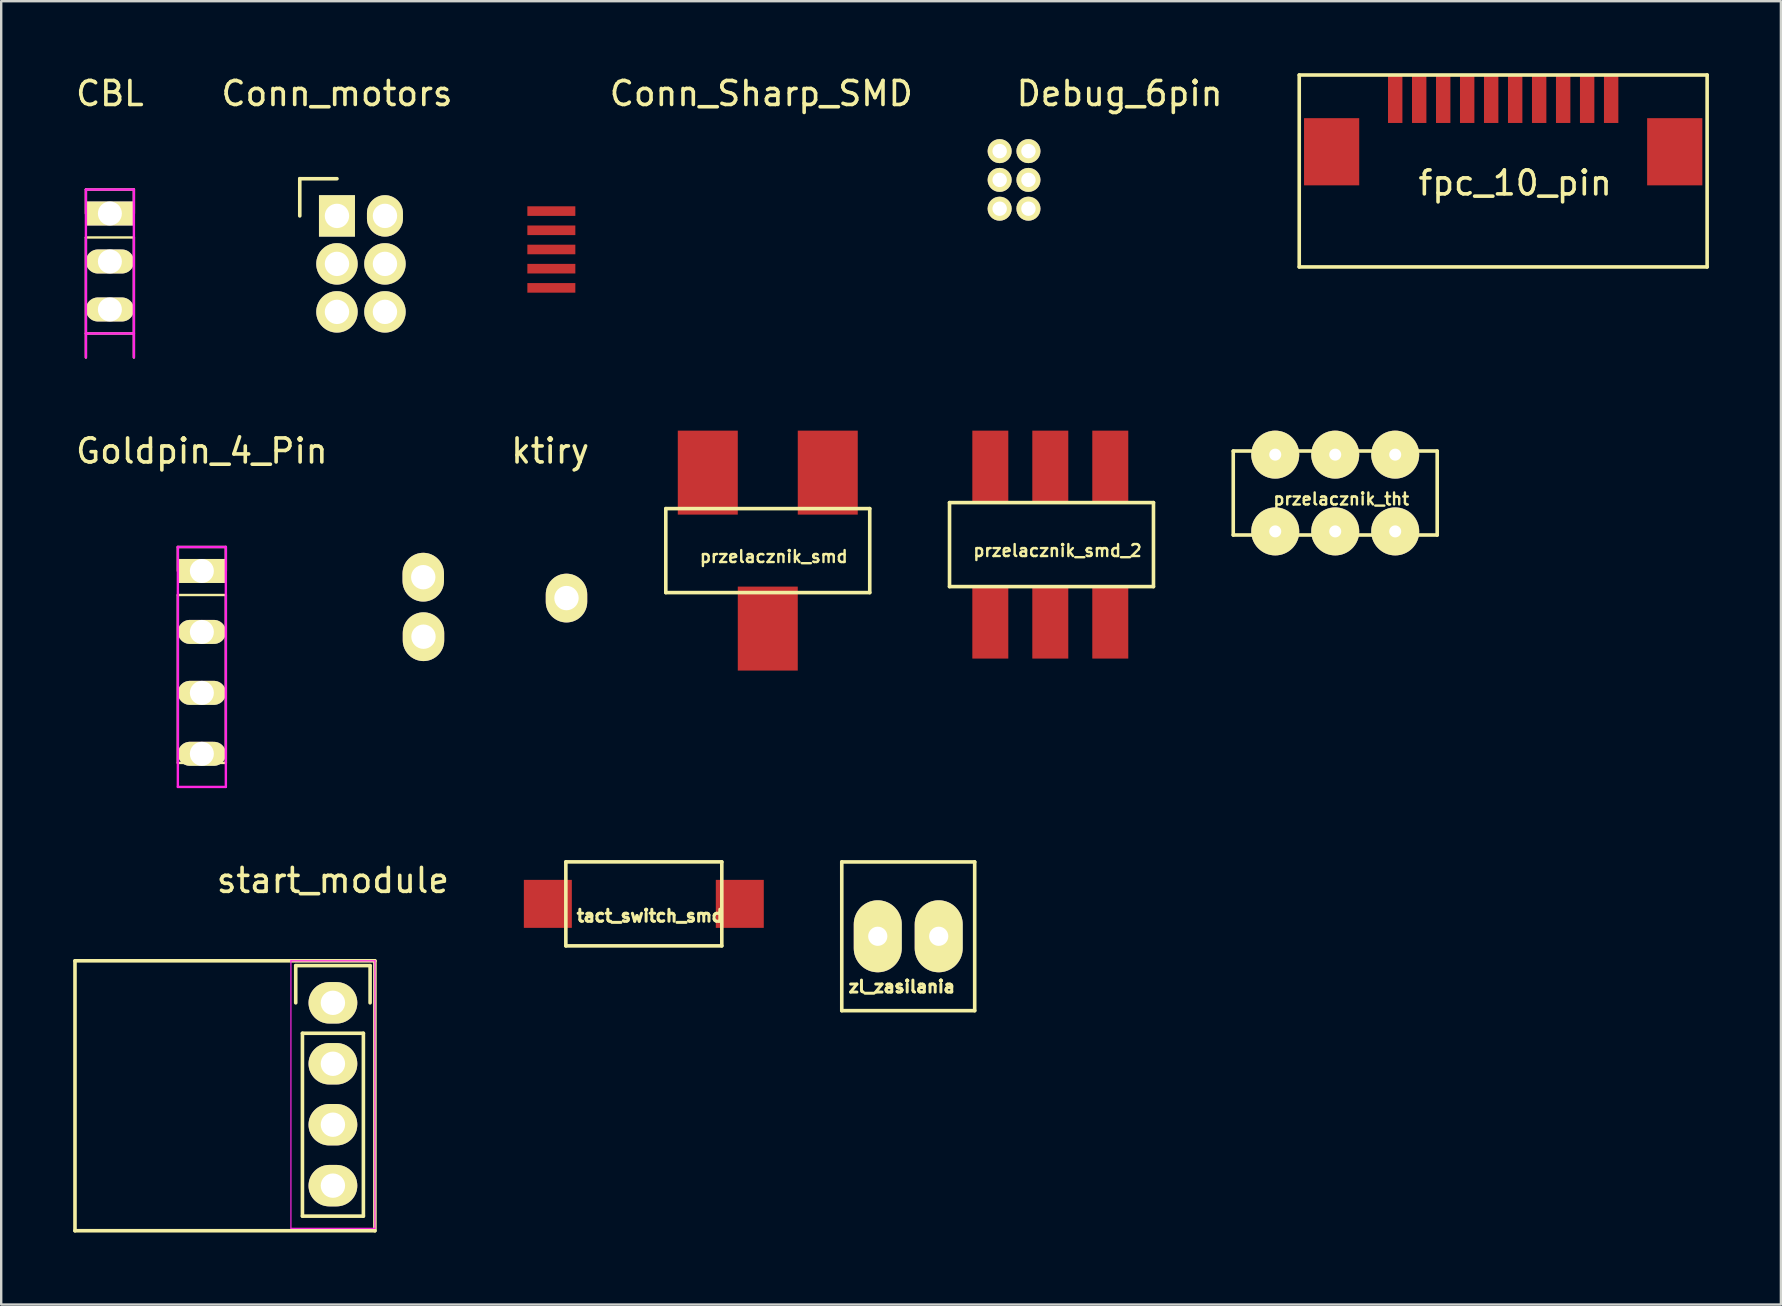
<source format=kicad_pcb>
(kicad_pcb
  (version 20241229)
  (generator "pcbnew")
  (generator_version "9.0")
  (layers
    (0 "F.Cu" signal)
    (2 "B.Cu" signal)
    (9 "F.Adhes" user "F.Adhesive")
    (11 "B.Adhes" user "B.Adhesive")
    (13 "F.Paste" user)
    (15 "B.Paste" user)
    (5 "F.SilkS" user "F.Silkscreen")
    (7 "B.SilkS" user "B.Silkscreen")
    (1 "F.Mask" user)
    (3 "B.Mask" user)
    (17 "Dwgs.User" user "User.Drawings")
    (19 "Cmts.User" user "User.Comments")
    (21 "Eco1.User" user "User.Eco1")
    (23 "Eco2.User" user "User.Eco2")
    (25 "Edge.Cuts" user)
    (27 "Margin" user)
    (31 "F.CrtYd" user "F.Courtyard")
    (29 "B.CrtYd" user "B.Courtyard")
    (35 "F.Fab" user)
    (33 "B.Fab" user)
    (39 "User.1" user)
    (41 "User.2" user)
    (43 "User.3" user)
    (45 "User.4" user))
  (footprint "tact_switch_smd"
    (layer "F.Cu")
    (at 19.783 34.621)
    (property "Reference" "tact_switch_smd" (at 4.25 0.5 0) (layer "F.SilkS") (effects (font (size 0.5 0.5) (thickness 0.125))))
    (attr through_hole)
    (fp_line (start 0.75 -1.75) (end 7.25 -1.75) (stroke (width 0.15) (type solid)) (layer "F.SilkS"))
    (fp_line (start 0.75 1.75) (end 0.75 -1.75) (stroke (width 0.15) (type solid)) (layer "F.SilkS"))
    (fp_line (start 7.25 -1.75) (end 7.25 1.75) (stroke (width 0.15) (type solid)) (layer "F.SilkS"))
    (fp_line (start 7.25 1.75) (end 0.75 1.75) (stroke (width 0.15) (type solid)) (layer "F.SilkS"))
    (pad "1" smd rect (at 0 0) (size 2 2) (layers "F.Cu" "F.Mask" "F.Paste"))
    (pad "2" smd rect (at 8 0) (size 2 2) (layers "F.Cu" "F.Mask" "F.Paste")))
  (footprint "CBL"
    (layer "F.Cu")
    (at 1.53 5.848)
    (property "Reference" "CBL" (at 0 -5 0) (layer "F.SilkS") (effects (font (size 1 1) (thickness 0.15))))
    (attr through_hole)
    (fp_line (start -1 -1) (end 1 -1) (stroke (width 0.1) (type solid)) (layer "F.SilkS"))
    (fp_line (start -1 0) (end -1 -1) (stroke (width 0.1) (type solid)) (layer "F.SilkS"))
    (fp_line (start -1 1) (end -1 6) (stroke (width 0.1) (type solid)) (layer "F.SilkS"))
    (fp_line (start -1 5) (end 1 5) (stroke (width 0.1) (type solid)) (layer "F.SilkS"))
    (fp_line (start 1 -1) (end 1 0) (stroke (width 0.1) (type solid)) (layer "F.SilkS"))
    (fp_line (start 1 1) (end -1 1) (stroke (width 0.1) (type solid)) (layer "F.SilkS"))
    (fp_line (start 1 6) (end 1 1) (stroke (width 0.1) (type solid)) (layer "F.SilkS"))
    (fp_line (start -1 -1) (end -1 6) (stroke (width 0.1) (type solid)) (layer "F.CrtYd"))
    (fp_line (start -1 -1) (end 1 -1) (stroke (width 0.1) (type solid)) (layer "F.CrtYd"))
    (fp_line (start -1 5) (end 1 5) (stroke (width 0.1) (type solid)) (layer "F.CrtYd"))
    (fp_line (start 1 -1) (end 1 6) (stroke (width 0.1) (type solid)) (layer "F.CrtYd"))
    (pad "1" thru_hole rect (at 0 0) (size 2 1) (drill 1) (layers "*.Cu" "*.Mask" "F.SilkS"))
    (pad "2" thru_hole oval (at 0 2) (size 2 1) (drill 1) (layers "*.Cu" "*.Mask" "F.SilkS"))
    (pad "3" thru_hole oval (at 0 4) (size 2 1) (drill 1) (layers "*.Cu" "*.Mask" "F.SilkS")))
  (footprint "Debug_6pin"
    (layer "F.Cu")
    (at 38.613 3.248)
    (property "Reference" "Debug_6pin" (at 5 -2.4 0) (layer "F.SilkS") (effects (font (size 1 1) (thickness 0.15))))
    (attr through_hole)
    (pad "1" thru_hole circle (at 0 0) (size 1 1) (drill 0.6) (layers "*.Cu" "*.Mask" "F.SilkS"))
    (pad "2" thru_hole circle (at 0 1.2) (size 1 1) (drill 0.6) (layers "*.Cu" "*.Mask" "F.SilkS"))
    (pad "3" thru_hole circle (at 0 2.4) (size 1 1) (drill 0.6) (layers "*.Cu" "*.Mask" "F.SilkS"))
    (pad "4" thru_hole circle (at 1.2 0) (size 1 1) (drill 0.6) (layers "*.Cu" "*.Mask" "F.SilkS"))
    (pad "5" thru_hole circle (at 1.2 1.2) (size 1 1) (drill 0.6) (layers "*.Cu" "*.Mask" "F.SilkS"))
    (pad "6" thru_hole circle (at 1.2 2.4) (size 1 1) (drill 0.6) (layers "*.Cu" "*.Mask" "F.SilkS")))
  (footprint "fpc_10_pin"
    (layer "F.Cu")
    (at 59.099 4.075)
    (property "Reference" "fpc_10_pin" (at 1 0.5 0) (layer "F.SilkS") (effects (font (size 1 1) (thickness 0.15))))
    (attr through_hole)
    (fp_line (start -8 -4) (end -8 4) (stroke (width 0.15) (type solid)) (layer "F.SilkS"))
    (fp_line (start -8 4) (end 9 4) (stroke (width 0.15) (type solid)) (layer "F.SilkS"))
    (fp_line (start 9 -4) (end -8 -4) (stroke (width 0.15) (type solid)) (layer "F.SilkS"))
    (fp_line (start 9 4) (end 9 -4) (stroke (width 0.15) (type solid)) (layer "F.SilkS"))
    (pad "1" smd rect (at -4 -3) (size 0.6 2) (layers "F.Cu" "F.Mask" "F.Paste"))
    (pad "2" smd rect (at -3 -3) (size 0.6 2) (layers "F.Cu" "F.Mask" "F.Paste"))
    (pad "3" smd rect (at -2 -3) (size 0.6 2) (layers "F.Cu" "F.Mask" "F.Paste"))
    (pad "4" smd rect (at -1 -3) (size 0.6 2) (layers "F.Cu" "F.Mask" "F.Paste"))
    (pad "5" smd rect (at 0 -3) (size 0.6 2) (layers "F.Cu" "F.Mask" "F.Paste"))
    (pad "6" smd rect (at 1 -3) (size 0.6 2) (layers "F.Cu" "F.Mask" "F.Paste"))
    (pad "7" smd rect (at 2 -3) (size 0.6 2) (layers "F.Cu" "F.Mask" "F.Paste"))
    (pad "8" smd rect (at 3 -3) (size 0.6 2) (layers "F.Cu" "F.Mask" "F.Paste"))
    (pad "9" smd rect (at 4 -3) (size 0.6 2) (layers "F.Cu" "F.Mask" "F.Paste"))
    (pad "10" smd rect (at 5 -3) (size 0.6 2) (layers "F.Cu" "F.Mask" "F.Paste"))
    (pad "11" smd rect (at -6.65 -0.8) (size 2.3 2.8) (layers "F.Cu" "F.Mask" "F.Paste"))
    (pad "11" smd rect (at 7.65 -0.8) (size 2.3 2.8) (layers "F.Cu" "F.Mask" "F.Paste")))
  (footprint "zl_zasilania"
    (layer "F.Cu")
    (at 32.033 39.072)
    (property "Reference" "zl_zasilania" (at 2.5 -1 0) (layer "F.SilkS") (effects (font (size 0.5 0.5) (thickness 0.125))))
    (attr through_hole)
    (fp_line (start 0 -6.2) (end 5.54 -6.2) (stroke (width 0.15) (type solid)) (layer "F.SilkS"))
    (fp_line (start 0 0) (end 0 -6.2) (stroke (width 0.15) (type solid)) (layer "F.SilkS"))
    (fp_line (start 5.54 0) (end 0 0) (stroke (width 0.15) (type solid)) (layer "F.SilkS"))
    (fp_line (start 5.54 0) (end 5.54 -6.2) (stroke (width 0.15) (type solid)) (layer "F.SilkS"))
    (pad "1" thru_hole oval (at 1.5 -3.1) (size 2 3) (drill 0.8) (layers "*.Cu" "*.Mask" "F.SilkS"))
    (pad "2" thru_hole oval (at 4.04 -3.1) (size 2 3) (drill 0.8) (layers "*.Cu" "*.Mask" "F.SilkS")))
  (footprint "przelacznik_tht"
    (layer "F.Cu")
    (at 48.349 19.248)
    (property "Reference" "przelacznik_tht" (at 4.5 -1.5 0) (layer "F.SilkS") (effects (font (size 0.5 0.5) (thickness 0.1))))
    (attr through_hole)
    (fp_line (start 0 -3.5) (end 0 0) (stroke (width 0.15) (type solid)) (layer "F.SilkS"))
    (fp_line (start 0 0) (end 8.5 0) (stroke (width 0.15) (type solid)) (layer "F.SilkS"))
    (fp_line (start 8.5 -3.5) (end 0 -3.5) (stroke (width 0.15) (type solid)) (layer "F.SilkS"))
    (fp_line (start 8.5 0) (end 8.5 -3.5) (stroke (width 0.15) (type solid)) (layer "F.SilkS"))
    (pad "1" thru_hole circle (at 1.75 -3.35) (size 2 2) (drill 0.5) (layers "*.Cu" "*.Mask" "F.SilkS"))
    (pad "1" thru_hole circle (at 1.75 -0.15) (size 2 2) (drill 0.5) (layers "*.Cu" "*.Mask" "F.SilkS"))
    (pad "2" thru_hole circle (at 4.25 -3.35) (size 2 2) (drill 0.5) (layers "*.Cu" "*.Mask" "F.SilkS"))
    (pad "2" thru_hole circle (at 4.25 -0.15) (size 2 2) (drill 0.5) (layers "*.Cu" "*.Mask" "F.SilkS"))
    (pad "3" thru_hole circle (at 6.75 -3.35) (size 2 2) (drill 0.5) (layers "*.Cu" "*.Mask" "F.SilkS"))
    (pad "3" thru_hole circle (at 6.75 -0.15) (size 2 2) (drill 0.5) (layers "*.Cu" "*.Mask" "F.SilkS")))
  (footprint "przelacznik_smd"
    (layer "F.Cu")
    (at 28.699 19.648)
    (property "Reference" "przelacznik_smd" (at 0.5 0.5 0) (layer "F.SilkS") (effects (font (size 0.5 0.5) (thickness 0.1))))
    (attr through_hole)
    (fp_line (start -4 -1.5) (end -4 2) (stroke (width 0.15) (type solid)) (layer "F.SilkS"))
    (fp_line (start -4 2) (end 4.5 2) (stroke (width 0.15) (type solid)) (layer "F.SilkS"))
    (fp_line (start 4.5 -1.5) (end -4 -1.5) (stroke (width 0.15) (type solid)) (layer "F.SilkS"))
    (fp_line (start 4.5 2) (end 4.5 -1.5) (stroke (width 0.15) (type solid)) (layer "F.SilkS"))
    (pad "1" smd rect (at -2.25 -3) (size 2.5 3.5) (layers "F.Cu" "F.Mask" "F.Paste"))
    (pad "2" smd rect (at 0.25 3.5) (size 2.5 3.5) (layers "F.Cu" "F.Mask" "F.Paste"))
    (pad "3" smd rect (at 2.75 -3) (size 2.5 3.5) (layers "F.Cu" "F.Mask" "F.Paste")))
  (footprint "Goldpin_4_Pin"
    (layer "F.Cu")
    (at 5.363 20.747)
    (property "Reference" "Goldpin_4_Pin" (at 0 -5 0) (layer "F.SilkS") (effects (font (size 1 1) (thickness 0.15))))
    (attr through_hole)
    (fp_line (start -1 -1) (end 1 -1) (stroke (width 0.1) (type solid)) (layer "F.SilkS"))
    (fp_line (start -1 0) (end -1 -1) (stroke (width 0.1) (type solid)) (layer "F.SilkS"))
    (fp_line (start -1 1) (end -1 8) (stroke (width 0.1) (type solid)) (layer "F.SilkS"))
    (fp_line (start -1 8) (end 1 8) (stroke (width 0.1) (type solid)) (layer "F.SilkS"))
    (fp_line (start 1 -1) (end 1 0) (stroke (width 0.1) (type solid)) (layer "F.SilkS"))
    (fp_line (start 1 1) (end -1 1) (stroke (width 0.1) (type solid)) (layer "F.SilkS"))
    (fp_line (start 1 1) (end 1 8) (stroke (width 0.1) (type solid)) (layer "F.SilkS"))
    (fp_line (start -1 -1) (end -1 9) (stroke (width 0.1) (type solid)) (layer "F.CrtYd"))
    (fp_line (start -1 -1) (end 1 -1) (stroke (width 0.1) (type solid)) (layer "F.CrtYd"))
    (fp_line (start -1 9) (end 1 9) (stroke (width 0.1) (type solid)) (layer "F.CrtYd"))
    (fp_line (start 1 -1) (end 1 9) (stroke (width 0.1) (type solid)) (layer "F.CrtYd"))
    (pad "1" thru_hole rect (at 0 0) (size 2 1) (drill 1) (layers "*.Cu" "*.Mask" "F.SilkS"))
    (pad "2" thru_hole oval (at 0 2.54) (size 2 1) (drill 1) (layers "*.Cu" "*.Mask" "F.SilkS"))
    (pad "3" thru_hole oval (at 0 5.08) (size 2 1) (drill 1) (layers "*.Cu" "*.Mask" "F.SilkS"))
    (pad "4" thru_hole oval (at 0 7.62) (size 2 1) (drill 1) (layers "*.Cu" "*.Mask" "F.SilkS")))
  (footprint "ktiry"
    (layer "F.Cu")
    (at 18.08 21.846)
    (property "Reference" "ktiry" (at 1.8 -6.1 0) (layer "F.SilkS") (effects (font (size 1 1) (thickness 0.15))))
    (attr through_hole)
    (pad "1" thru_hole oval (at -3.49 -0.84) (size 1.727 2.032) (drill 1.016) (layers "*.Cu" "*.Mask" "F.SilkS"))
    (pad "2" thru_hole oval (at -3.48 1.64) (size 1.727 2.032) (drill 1.016) (layers "*.Cu" "*.Mask" "F.SilkS"))
    (pad "3" thru_hole oval (at 2.48 0.03) (size 1.727 2.032) (drill 1.016) (layers "*.Cu" "*.Mask" "F.SilkS")))
  (footprint "start_module"
    (layer "F.Cu")
    (at 10.825 38.745)
    (property "Reference" "start_module" (at 0 -5.1 0) (layer "F.SilkS") (effects (font (size 1 1) (thickness 0.15))))
    (attr through_hole)
    (fp_line (start -10.75 9.5) (end -10.75 -1.75) (stroke (width 0.15) (type solid)) (layer "F.SilkS"))
    (fp_line (start -1.55 -1.55) (end 1.55 -1.55) (stroke (width 0.15) (type solid)) (layer "F.SilkS"))
    (fp_line (start -1.55 0) (end -1.55 -1.55) (stroke (width 0.15) (type solid)) (layer "F.SilkS"))
    (fp_line (start -1.27 1.27) (end -1.27 8.89) (stroke (width 0.15) (type solid)) (layer "F.SilkS"))
    (fp_line (start -1.27 8.89) (end 1.27 8.89) (stroke (width 0.15) (type solid)) (layer "F.SilkS"))
    (fp_line (start 1.27 1.27) (end -1.27 1.27) (stroke (width 0.15) (type solid)) (layer "F.SilkS"))
    (fp_line (start 1.27 1.27) (end 1.27 8.89) (stroke (width 0.15) (type solid)) (layer "F.SilkS"))
    (fp_line (start 1.55 -1.55) (end 1.55 0) (stroke (width 0.15) (type solid)) (layer "F.SilkS"))
    (fp_line (start 1.75 -1.75) (end -10.75 -1.75) (stroke (width 0.15) (type solid)) (layer "F.SilkS"))
    (fp_line (start 1.75 -1.75) (end 1.75 9.5) (stroke (width 0.15) (type solid)) (layer "F.SilkS"))
    (fp_line (start 1.75 9.5) (end -10.75 9.5) (stroke (width 0.15) (type solid)) (layer "F.SilkS"))
    (fp_line (start -1.75 -1.75) (end -1.75 9.4) (stroke (width 0.05) (type solid)) (layer "F.CrtYd"))
    (fp_line (start -1.75 -1.75) (end 1.75 -1.75) (stroke (width 0.05) (type solid)) (layer "F.CrtYd"))
    (fp_line (start -1.75 9.4) (end 1.75 9.4) (stroke (width 0.05) (type solid)) (layer "F.CrtYd"))
    (fp_line (start 1.75 -1.75) (end 1.75 9.4) (stroke (width 0.05) (type solid)) (layer "F.CrtYd"))
    (pad "1" thru_hole oval (at 0 0) (size 2.032 1.727) (drill 1.016) (layers "*.Cu" "*.Mask" "F.SilkS"))
    (pad "2" thru_hole oval (at 0 2.54) (size 2.032 1.727) (drill 1.016) (layers "*.Cu" "*.Mask" "F.SilkS"))
    (pad "3" thru_hole oval (at 0 5.08) (size 2.032 1.727) (drill 1.016) (layers "*.Cu" "*.Mask" "F.SilkS"))
    (pad "4" thru_hole oval (at 0 7.62) (size 2.032 1.727) (drill 1.016) (layers "*.Cu" "*.Mask" "F.SilkS")))
  (footprint "Conn_Sharp_SMD"
    (layer "F.Cu")
    (at 19.929 8.948)
    (property "Reference" "Conn_Sharp_SMD" (at 8.75 -8.1 0) (layer "F.SilkS") (effects (font (size 1 1) (thickness 0.15))))
    (attr through_hole)
    (pad "1" smd rect (at 0 0) (size 2 0.4) (layers "F.Cu" "F.Mask" "F.Paste"))
    (pad "2" smd rect (at 0 -0.8) (size 2 0.4) (layers "F.Cu" "F.Mask" "F.Paste"))
    (pad "3" smd rect (at 0 -1.6) (size 2 0.4) (layers "F.Cu" "F.Mask" "F.Paste"))
    (pad "4" smd rect (at 0 -2.4) (size 2 0.4) (layers "F.Cu" "F.Mask" "F.Paste"))
    (pad "5" smd rect (at 0 -3.2) (size 2 0.4) (layers "F.Cu" "F.Mask" "F.Paste")))
  (footprint "Conn_motors"
    (layer "F.Cu")
    (at 10.994 5.948)
    (property "Reference" "Conn_motors" (at 0 -5.1 0) (layer "F.SilkS") (effects (font (size 1 1) (thickness 0.15))))
    (attr through_hole)
    (fp_line (start -1.55 -1.55) (end -1.55 0) (stroke (width 0.15) (type solid)) (layer "F.SilkS"))
    (fp_line (start -1.55 -1.55) (end 0 -1.55) (stroke (width 0.15) (type solid)) (layer "F.SilkS"))
    (pad "1" thru_hole rect (at 0 0) (size 1.5 1.727) (drill 1.016) (layers "*.Cu" "*.Mask" "F.SilkS"))
    (pad "2" thru_hole oval (at 2 0) (size 1.5 1.727) (drill 1.016) (layers "*.Cu" "*.Mask" "F.SilkS"))
    (pad "3" thru_hole oval (at 0 2) (size 1.727 1.727) (drill 1.016) (layers "*.Cu" "*.Mask" "F.SilkS"))
    (pad "4" thru_hole oval (at 2 2) (size 1.727 1.727) (drill 1.016) (layers "*.Cu" "*.Mask" "F.SilkS"))
    (pad "5" thru_hole oval (at 0 4) (size 1.727 1.727) (drill 1.016) (layers "*.Cu" "*.Mask" "F.SilkS"))
    (pad "6" thru_hole oval (at 2 4) (size 1.727 1.727) (drill 1.016) (layers "*.Cu" "*.Mask" "F.SilkS")))
  (footprint "przelacznik_smd_2"
    (layer "F.Cu")
    (at 36.524 21.398)
    (property "Reference" "przelacznik_smd_2" (at 4.5 -1.5 0) (layer "F.SilkS") (effects (font (size 0.5 0.5) (thickness 0.1))))
    (attr through_hole)
    (fp_line (start 0 -3.5) (end 0 0) (stroke (width 0.15) (type solid)) (layer "F.SilkS"))
    (fp_line (start 0 0) (end 8.5 0) (stroke (width 0.15) (type solid)) (layer "F.SilkS"))
    (fp_line (start 8.5 -3.5) (end 0 -3.5) (stroke (width 0.15) (type solid)) (layer "F.SilkS"))
    (fp_line (start 8.5 0) (end 8.5 -3.5) (stroke (width 0.15) (type solid)) (layer "F.SilkS"))
    (pad "1" smd rect (at 1.7 -5) (size 1.5 3) (layers "F.Cu" "F.Mask" "F.Paste"))
    (pad "1" smd rect (at 1.7 1.5) (size 1.5 3) (layers "F.Cu" "F.Mask" "F.Paste"))
    (pad "2" smd rect (at 4.2 -5) (size 1.5 3) (layers "F.Cu" "F.Mask" "F.Paste"))
    (pad "2" smd rect (at 4.2 1.5) (size 1.5 3) (layers "F.Cu" "F.Mask" "F.Paste"))
    (pad "3" smd rect (at 6.7 -5) (size 1.5 3) (layers "F.Cu" "F.Mask" "F.Paste"))
    (pad "3" smd rect (at 6.7 1.5) (size 1.5 3) (layers "F.Cu" "F.Mask" "F.Paste")))
  (gr_rect
    (start -3 -3)
    (end 71.174 51.32)
    (stroke (width 0.1) (type default))
    (fill no)
    (layer "Edge.Cuts")))
</source>
